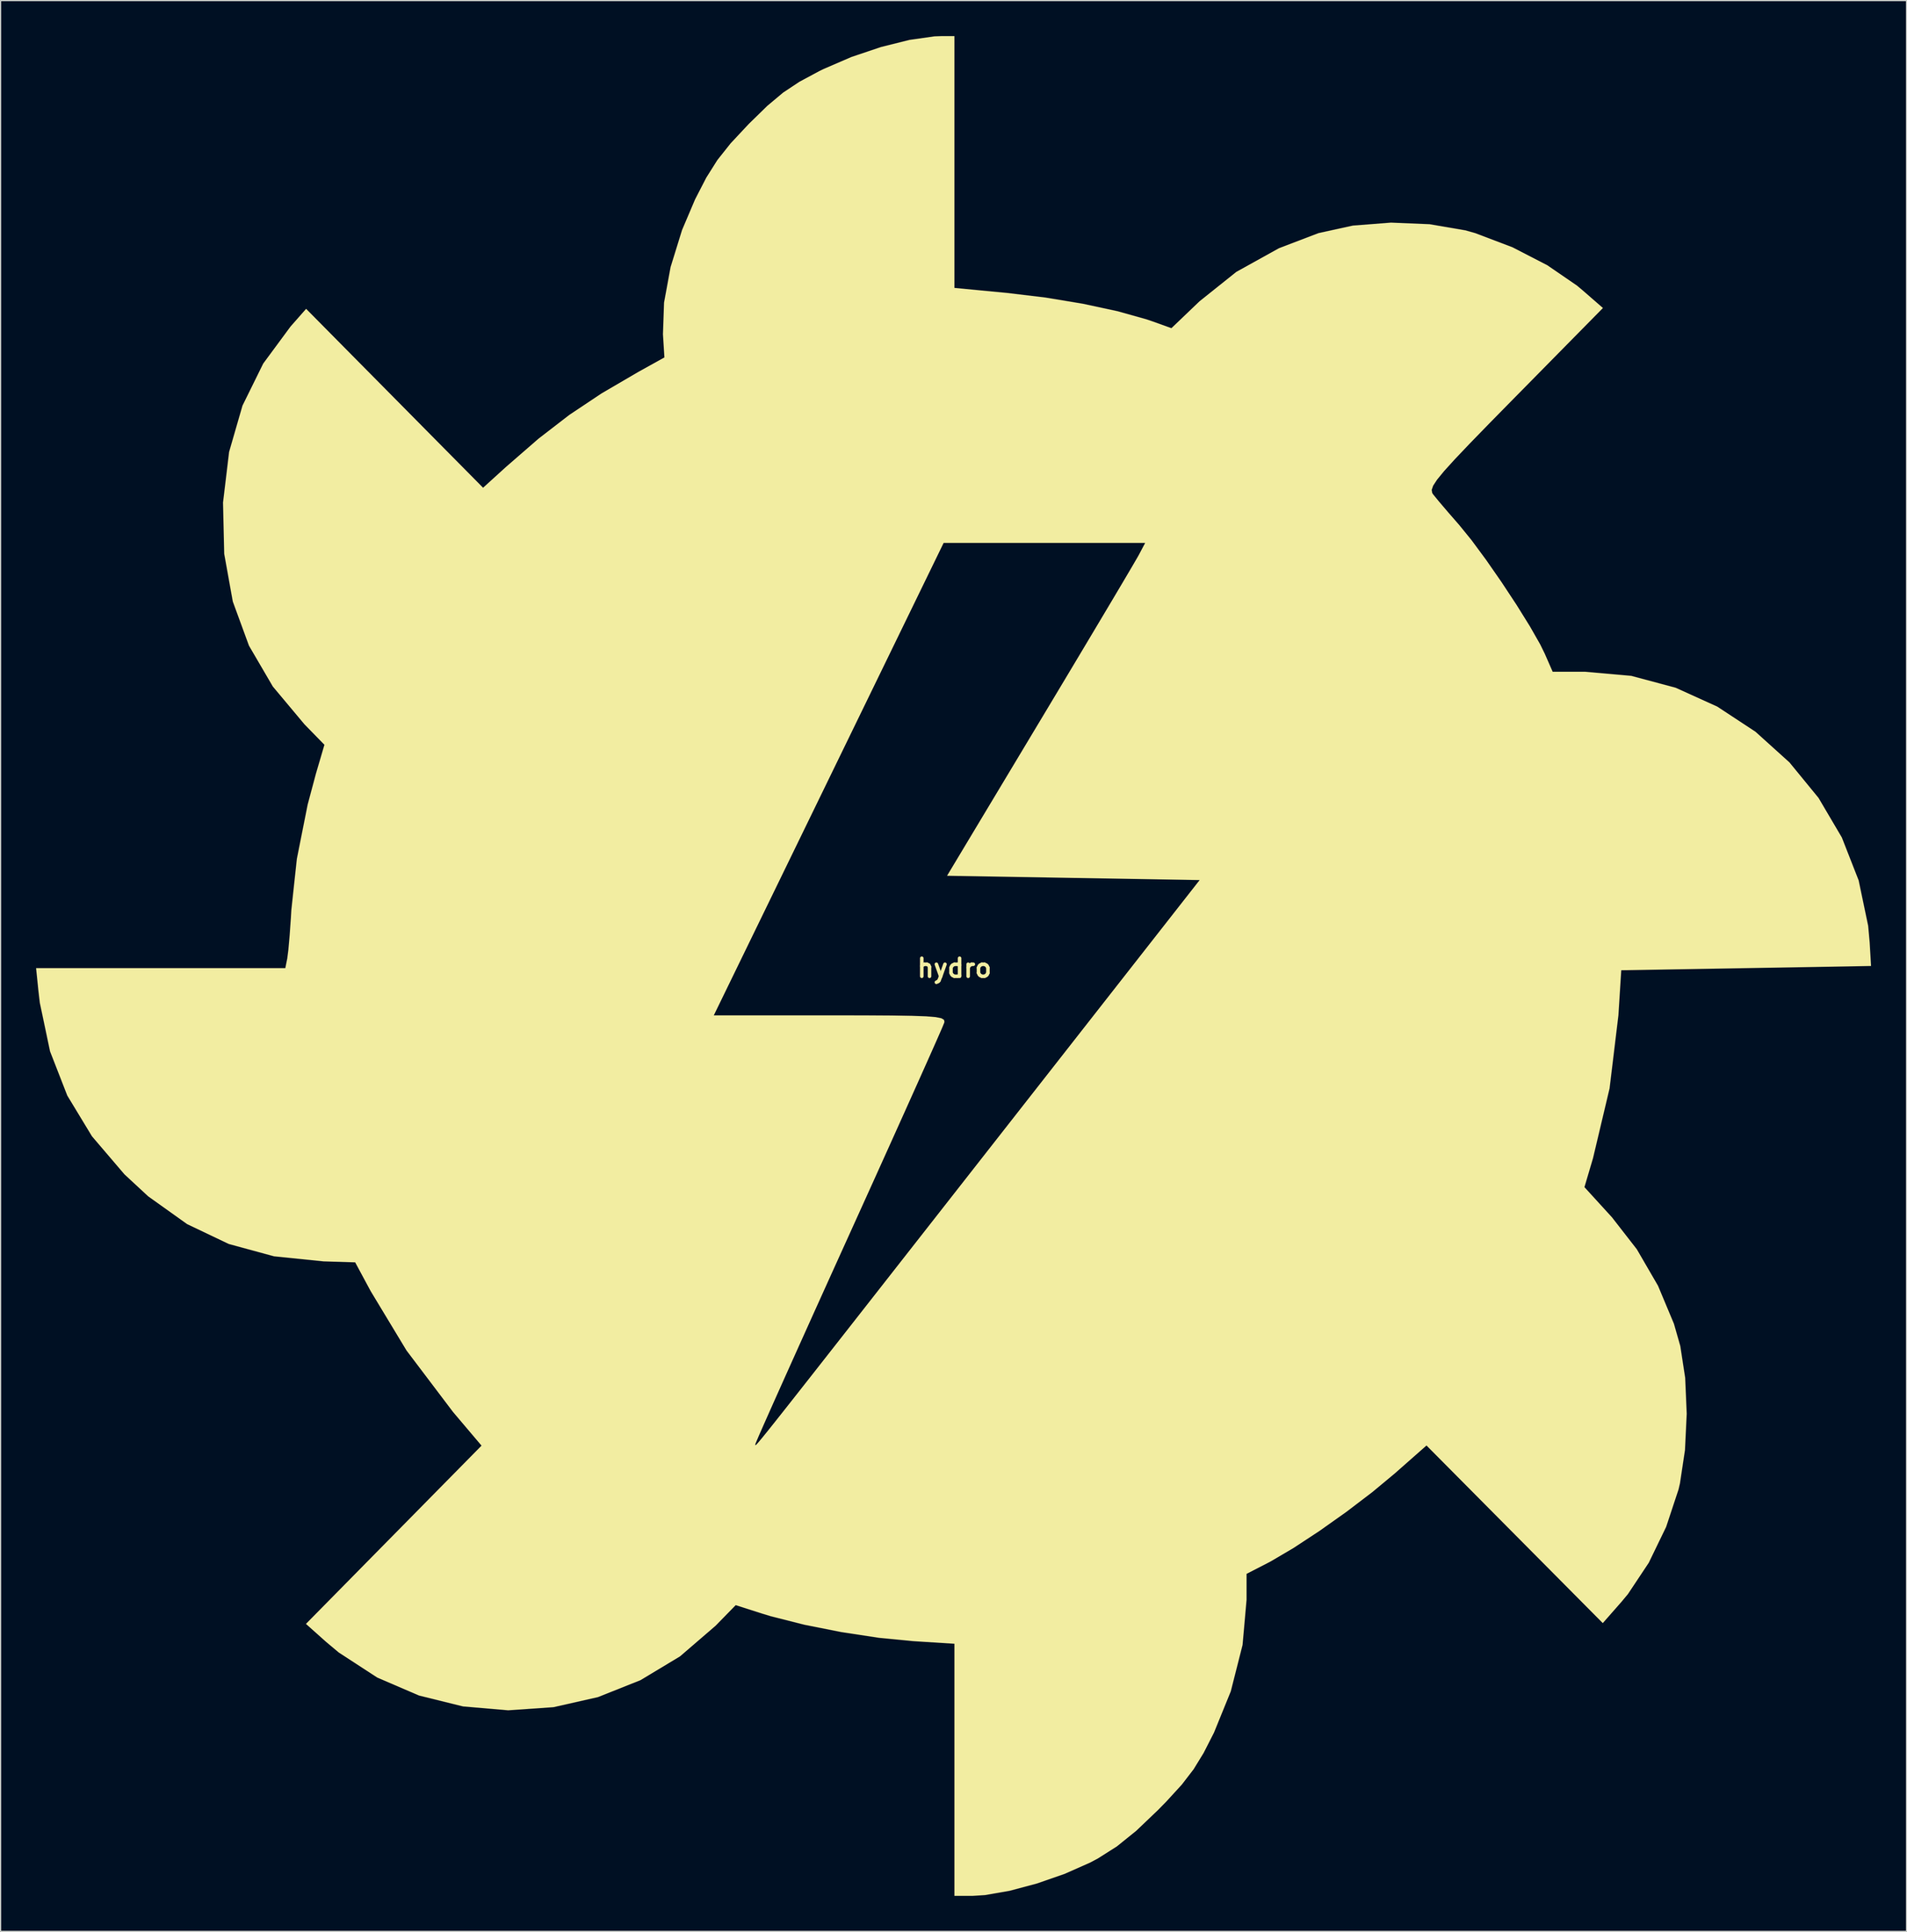
<source format=kicad_pcb>
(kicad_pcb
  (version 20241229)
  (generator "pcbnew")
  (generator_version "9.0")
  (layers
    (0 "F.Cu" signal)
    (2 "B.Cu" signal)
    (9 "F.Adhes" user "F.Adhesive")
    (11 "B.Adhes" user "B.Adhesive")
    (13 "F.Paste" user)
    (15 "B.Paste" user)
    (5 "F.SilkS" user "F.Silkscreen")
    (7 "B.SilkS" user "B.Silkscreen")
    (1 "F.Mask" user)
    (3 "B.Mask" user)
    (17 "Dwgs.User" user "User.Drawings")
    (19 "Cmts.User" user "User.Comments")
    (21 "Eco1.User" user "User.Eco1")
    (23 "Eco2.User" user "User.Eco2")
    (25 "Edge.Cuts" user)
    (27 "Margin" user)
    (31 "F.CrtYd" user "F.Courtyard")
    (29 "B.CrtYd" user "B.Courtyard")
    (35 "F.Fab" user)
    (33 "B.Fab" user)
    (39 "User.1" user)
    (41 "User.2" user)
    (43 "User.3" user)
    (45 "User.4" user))
  (footprint "hydro"
    (layer "F.Cu")
    (at 77.597 78.74)
    (property "Reference" "hydro" (at 0 0 0) (layer "F.SilkS") (effects (font (size 1.524 1.524) (thickness 0.3))))
    (attr board_only exclude_from_pos_files exclude_from_bom)
    (fp_poly (pts (xy 0 -57.467) (xy 4.454 -57.041) (xy 7.693 -56.653) (xy 10.869 -56.125) (xy 13.782 -55.498) (xy 16.233 -54.811) (xy 16.77 -54.627) (xy 18.336 -54.065) (xy 20.708 -56.333) (xy 23.816 -58.818) (xy 27.428 -60.822) (xy 30.766 -62.096) (xy 33.663 -62.731) (xy 36.885 -62.981) (xy 40.15 -62.848) (xy 43.176 -62.329) (xy 44.003 -62.096) (xy 47.155 -60.899) (xy 50.097 -59.382) (xy 52.601 -57.665) (xy 53.067 -57.275) (xy 54.798 -55.769) (xy 47.37 -48.228) (xy 45.231 -46.052) (xy 43.553 -44.326) (xy 42.285 -42.992) (xy 41.378 -41.992) (xy 40.783 -41.266) (xy 40.45 -40.756) (xy 40.329 -40.403) (xy 40.37 -40.149) (xy 40.446 -40.029) (xy 40.935 -39.43) (xy 41.731 -38.496) (xy 42.651 -37.44) (xy 43.691 -36.161) (xy 44.921 -34.497) (xy 46.228 -32.615) (xy 47.501 -30.685) (xy 48.628 -28.874) (xy 49.496 -27.351) (xy 49.875 -26.579) (xy 50.551 -25.037) (xy 53.301 -25.037) (xy 57.201 -24.69) (xy 60.942 -23.688) (xy 64.459 -22.094) (xy 67.687 -19.971) (xy 70.56 -17.379) (xy 73.015 -14.381) (xy 74.984 -11.039) (xy 76.405 -7.414) (xy 77.21 -3.569) (xy 77.335 -2.177) (xy 77.452 -0.181) (xy 66.899 0) (xy 56.345 0.181) (xy 56.105 3.991) (xy 55.359 10.159) (xy 53.96 16.055) (xy 53.235 18.503) (xy 55.56 21.051) (xy 57.659 23.748) (xy 59.451 26.833) (xy 60.798 30.048) (xy 61.336 31.931) (xy 61.747 34.614) (xy 61.877 37.649) (xy 61.729 40.724) (xy 61.307 43.527) (xy 61.185 44.047) (xy 60.139 47.206) (xy 58.672 50.234) (xy 56.914 52.877) (xy 56.364 53.538) (xy 54.785 55.336) (xy 47.337 47.833) (xy 39.889 40.33) (xy 37.206 42.694) (xy 35.309 44.27) (xy 33.119 45.938) (xy 30.831 47.559) (xy 28.642 48.996) (xy 26.746 50.111) (xy 26.414 50.286) (xy 24.685 51.175) (xy 24.685 53.361) (xy 24.347 57.182) (xy 23.352 61.1) (xy 21.932 64.588) (xy 21.059 66.3) (xy 20.208 67.687) (xy 19.214 68.979) (xy 17.908 70.406) (xy 17.202 71.127) (xy 15.359 72.885) (xy 13.728 74.2) (xy 12.111 75.225) (xy 11.448 75.576) (xy 9.314 76.52) (xy 6.973 77.334) (xy 4.654 77.953) (xy 2.587 78.313) (xy 1.553 78.377) (xy 0 78.377) (xy 0 57.078) (xy -3.488 56.86) (xy -6.382 56.577) (xy -9.545 56.096) (xy -12.682 55.473) (xy -15.497 54.76) (xy -16.306 54.514) (xy -18.481 53.817) (xy -20.185 55.561) (xy -23.189 58.147) (xy -26.531 60.158) (xy -30.123 61.589) (xy -33.877 62.438) (xy -37.707 62.701) (xy -41.524 62.374) (xy -45.24 61.454) (xy -48.769 59.936) (xy -52.022 57.818) (xy -53.096 56.919) (xy -54.795 55.402) (xy -47.377 47.872) (xy -39.959 40.342) (xy -42.367 37.498) (xy -46.299 32.301) (xy -49.327 27.286) (xy -50.636 24.856) (xy -53.312 24.775) (xy -57.494 24.347) (xy -61.315 23.306) (xy -64.838 21.626) (xy -68.128 19.278) (xy -70.129 17.424) (xy -72.877 14.206) (xy -74.962 10.766) (xy -76.419 7.03) (xy -77.058 3.991) (xy -20.333 3.991) (xy -10.5 3.991) (xy -7.591 3.994) (xy -5.322 4.005) (xy -3.615 4.029) (xy -2.394 4.072) (xy -1.583 4.139) (xy -1.105 4.234) (xy -0.884 4.363) (xy -0.843 4.53) (xy -0.866 4.626) (xy -1.05 5.07) (xy -1.505 6.109) (xy -2.203 7.679) (xy -3.114 9.717) (xy -4.21 12.159) (xy -5.463 14.942) (xy -6.844 18.001) (xy -8.325 21.272) (xy -8.939 22.628) (xy -10.444 25.95) (xy -11.854 29.07) (xy -13.142 31.929) (xy -14.281 34.463) (xy -15.243 36.611) (xy -15.999 38.311) (xy -16.524 39.501) (xy -16.787 40.121) (xy -16.814 40.196) (xy -16.821 40.255) (xy -16.825 40.303) (xy -16.797 40.304) (xy -16.71 40.225) (xy -16.536 40.03) (xy -16.248 39.684) (xy -15.816 39.152) (xy -15.215 38.399) (xy -14.415 37.389) (xy -13.39 36.089) (xy -12.111 34.463) (xy -10.551 32.475) (xy -8.681 30.091) (xy -6.475 27.276) (xy -3.904 23.994) (xy -0.94 20.211) (xy 2.101 16.329) (xy 20.72 -7.439) (xy 10.048 -7.62) (xy -0.624 -7.801) (xy 7.219 -20.864) (xy 8.913 -23.688) (xy 10.506 -26.349) (xy 11.956 -28.777) (xy 13.222 -30.901) (xy 14.261 -32.652) (xy 15.031 -33.958) (xy 15.491 -34.749) (xy 15.59 -34.925) (xy 16.117 -35.923) (xy -0.912 -35.923) (xy -10.622 -15.966) (xy -20.333 3.991) (xy -77.058 3.991) (xy -77.284 2.921) (xy -77.403 1.905) (xy -77.597 0) (xy -56.538 0) (xy -56.374 -0.816) (xy -56.281 -1.54) (xy -56.172 -2.768) (xy -56.066 -4.28) (xy -56.03 -4.899) (xy -55.562 -9.238) (xy -54.65 -13.818) (xy -53.954 -16.42) (xy -53.234 -18.869) (xy -54.917 -20.593) (xy -57.593 -23.79) (xy -59.609 -27.239) (xy -60.975 -30.968) (xy -61.702 -35.004) (xy -61.802 -39.333) (xy -61.289 -43.608) (xy -60.158 -47.521) (xy -58.405 -51.077) (xy -56.1 -54.2) (xy -54.781 -55.699) (xy -39.828 -40.584) (xy -37.891 -42.343) (xy -35.139 -44.733) (xy -32.538 -46.739) (xy -29.813 -48.556) (xy -26.688 -50.382) (xy -26.652 -50.402) (xy -24.506 -51.592) (xy -24.628 -53.552) (xy -24.536 -56.228) (xy -23.984 -59.225) (xy -23.017 -62.352) (xy -21.912 -64.951) (xy -20.968 -66.781) (xy -20.029 -68.271) (xy -18.908 -69.682) (xy -17.421 -71.272) (xy -17.343 -71.352) (xy -15.808 -72.85) (xy -14.476 -73.966) (xy -13.1 -74.88) (xy -11.435 -75.774) (xy -11.066 -75.956) (xy -8.7 -76.977) (xy -6.201 -77.818) (xy -3.791 -78.42) (xy -1.691 -78.718) (xy -1.088 -78.74) (xy 0 -78.74)) (stroke (width 0) (type solid)) (fill yes) (layer "F.SilkS")))
  (gr_rect
    (start -3 -3)
    (end 158.049 160.117)
    (stroke (width 0.1) (type default))
    (fill no)
    (layer "Edge.Cuts")))
</source>
